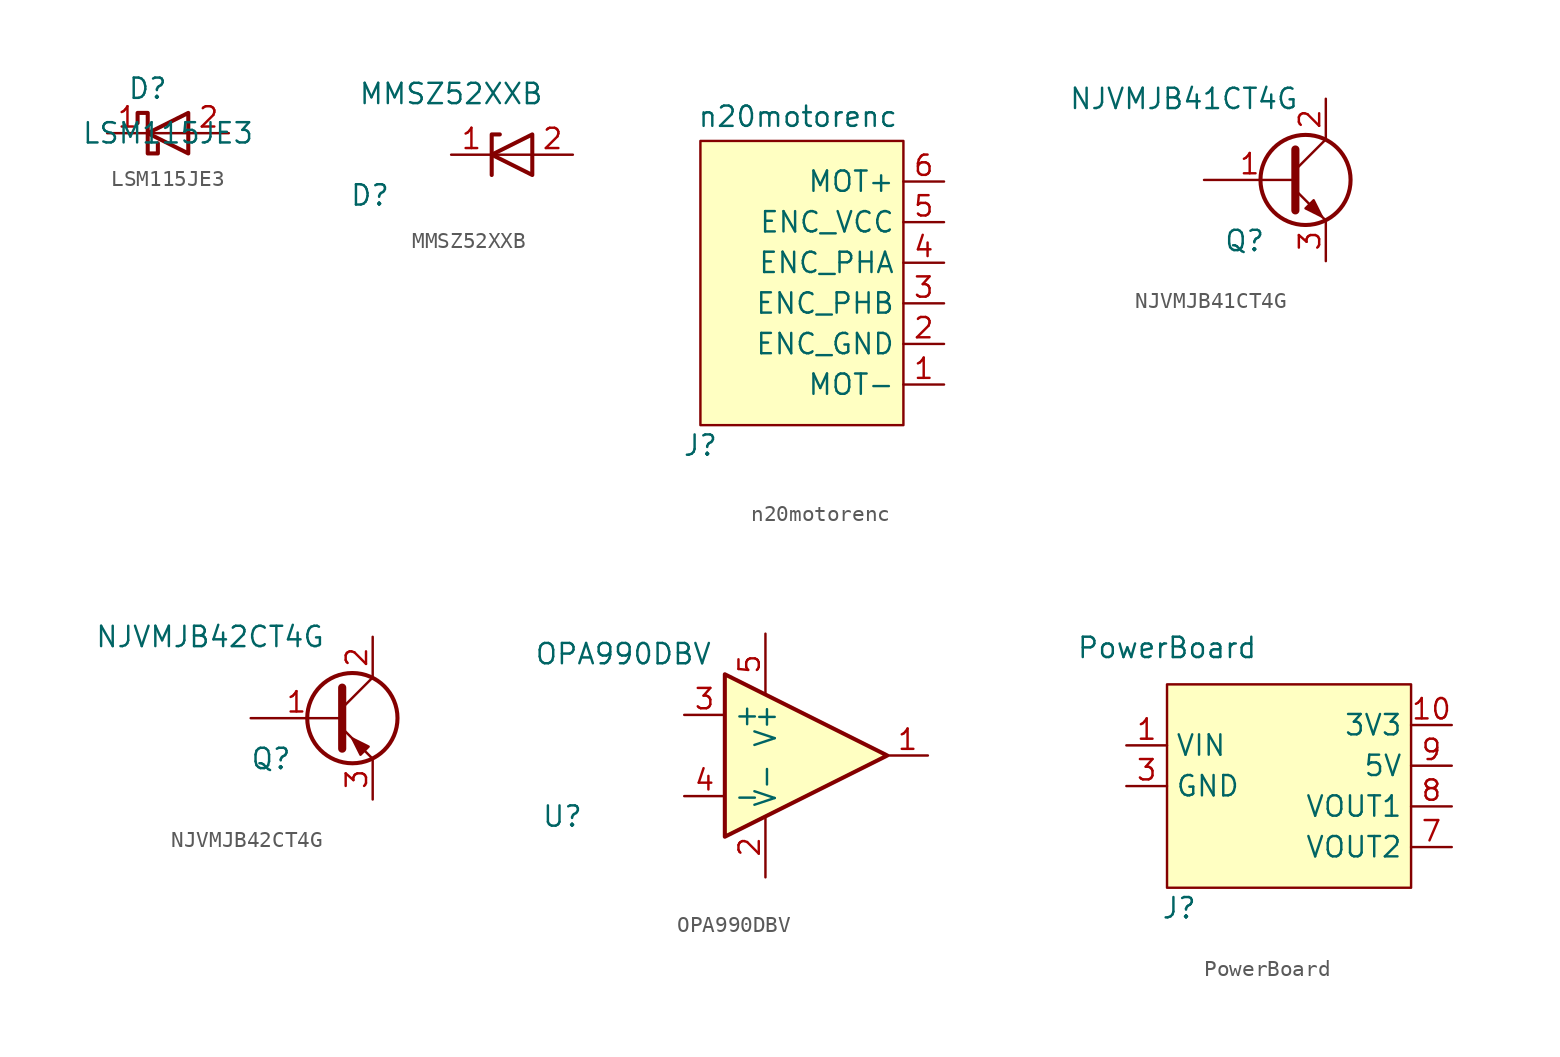
<source format=kicad_sym>
(kicad_symbol_lib
  (version 20241209)
  (generator "kicad_symbol_editor")
  (generator_version "9.0")
  (symbol "LSM115JE3"
    (pin_names
      (hide yes))
    (property "Reference" "D"
      (at -1.27 2.794 0)
      (effects (font (size 1.27 1.27))))
    (property "Value" "LSM115JE3"
      (at 0 0 0)
      (effects (font (size 1.27 1.27))))
    (symbol "LSM115JE3_0_1"
      (polyline (pts (xy -1.905 0.635) (xy -1.905 1.27) (xy -1.27 1.27) (xy -1.27 -1.27) (xy -0.635 -1.27) (xy -0.635 -0.635)) (stroke (width 0.254) (type default)) (fill (type none)))
      (polyline (pts (xy 1.27 1.27) (xy 1.27 -1.27) (xy -1.27 0) (xy 1.27 1.27)) (stroke (width 0.254) (type default)) (fill (type none)))
      (polyline (pts (xy 1.27 0) (xy -1.27 0)) (stroke (width 0) (type default)) (fill (type none))))
    (symbol "LSM115JE3_1_1"
      (pin passive line (at -3.81 0 0) (length 2.54) (name "K" (effects (font (size 1.27 1.27)))) (number "1" (effects (font (size 1.27 1.27)))))
      (pin passive line (at 3.81 0 180) (length 2.54) (name "A" (effects (font (size 1.27 1.27)))) (number "2" (effects (font (size 1.27 1.27)))))))
  (symbol "MMSZ52XXB"
    (pin_names
      (hide yes))
    (property "Reference" "D"
      (at -7.62 -2.54 0)
      (effects (font (size 1.27 1.27))))
    (property "Value" "MMSZ52XXB"
      (at -2.54 3.81 0)
      (effects (font (size 1.27 1.27))))
    (symbol "MMSZ52XXB_0_1"
      (polyline (pts (xy 0 -1.27) (xy 0 1.27) (xy 0.508 1.27)) (stroke (width 0.254) (type default)) (fill (type none)))
      (polyline (pts (xy 2.54 0) (xy 0 0)) (stroke (width 0) (type default)) (fill (type none)))
      (polyline (pts (xy 2.54 -1.27) (xy 2.54 1.27) (xy 0 0) (xy 2.54 -1.27)) (stroke (width 0.254) (type default)) (fill (type none))))
    (symbol "MMSZ52XXB_1_1"
      (pin passive line (at -2.54 0 0) (length 2.54) (name "K" (effects (font (size 1.27 1.27)))) (number "1" (effects (font (size 1.27 1.27)))))
      (pin passive line (at 5.08 0 180) (length 2.54) (name "A" (effects (font (size 1.27 1.27)))) (number "2" (effects (font (size 1.27 1.27)))))))
  (symbol "n20motorenc"
    (property "Reference" "J"
      (at -12.7 -8.89 0)
      (effects (font (size 1.27 1.27))))
    (property "Value" "n20motorenc"
      (at -6.604 11.684 0)
      (effects (font (size 1.27 1.27))))
    (symbol "n20motorenc_1_1"
      (rectangle (start -12.7 10.16) (end 0 -7.62) (stroke (width 0) (type default)) (fill (type background)))
      (pin input line (at 2.54 7.62 180) (length 2.54) (name "MOT+" (effects (font (size 1.27 1.27)))) (number "6" (effects (font (size 1.27 1.27)))))
      (pin power_in line (at 2.54 5.08 180) (length 2.54) (name "ENC_VCC" (effects (font (size 1.27 1.27)))) (number "5" (effects (font (size 1.27 1.27)))))
      (pin output line (at 2.54 2.54 180) (length 2.54) (name "ENC_PHA" (effects (font (size 1.27 1.27)))) (number "4" (effects (font (size 1.27 1.27)))))
      (pin output line (at 2.54 0 180) (length 2.54) (name "ENC_PHB" (effects (font (size 1.27 1.27)))) (number "3" (effects (font (size 1.27 1.27)))))
      (pin power_in line (at 2.54 -2.54 180) (length 2.54) (name "ENC_GND" (effects (font (size 1.27 1.27)))) (number "2" (effects (font (size 1.27 1.27)))))
      (pin input line (at 2.54 -5.08 180) (length 2.54) (name "MOT-" (effects (font (size 1.27 1.27)))) (number "1" (effects (font (size 1.27 1.27)))))))
  (symbol "NJVMJB41CT4G"
    (pin_names
      (offset 0.002)
      (hide yes))
    (property "Reference" "Q"
      (at -5.08 -3.81 0)
      (effects (font (size 1.27 1.27))))
    (property "Value" "NJVMJB41CT4G"
      (at -8.89 5.08 0)
      (effects (font (size 1.27 1.27))))
    (symbol "NJVMJB41CT4G_0_1"
      (polyline (pts (xy -1.905 1.905) (xy -1.905 -1.905) (xy -1.905 -1.905)) (stroke (width 0.508) (type default)) (fill (type none)))
      (polyline (pts (xy -1.905 0.635) (xy 0 2.54)) (stroke (width 0) (type default)) (fill (type none)))
      (polyline (pts (xy -1.905 -0.635) (xy 0 -2.54) (xy 0 -2.54)) (stroke (width 0) (type default)) (fill (type none)))
      (circle (center -1.27 0) (radius 2.819) (stroke (width 0.254) (type default)) (fill (type none)))
      (polyline (pts (xy -1.27 -1.778) (xy -0.762 -1.27) (xy -0.254 -2.286) (xy -1.27 -1.778) (xy -1.27 -1.778)) (stroke (width 0) (type default)) (fill (type outline))))
    (symbol "NJVMJB41CT4G_1_1"
      (pin input line (at -7.62 0 0) (length 5.715) (name "B" (effects (font (size 1.27 1.27)))) (number "1" (effects (font (size 1.27 1.27)))))
      (pin passive line (at 0 5.08 270) (length 2.54) (name "C" (effects (font (size 1.27 1.27)))) (number "2" (effects (font (size 1.27 1.27)))))
      (pin passive line (at 0 -5.08 90) (length 2.54) (name "E" (effects (font (size 1.27 1.27)))) (number "3" (effects (font (size 1.27 1.27)))))))
  (symbol "NJVMJB42CT4G"
    (pin_names
      (offset 0.002)
      (hide yes))
    (property "Reference" "Q"
      (at -5.08 -2.54 0)
      (effects (font (size 1.27 1.27))))
    (property "Value" "NJVMJB42CT4G"
      (at -8.89 5.08 0)
      (effects (font (size 1.27 1.27))))
    (symbol "NJVMJB42CT4G_0_1"
      (polyline (pts (xy -0.635 1.905) (xy -0.635 -1.905) (xy -0.635 -1.905)) (stroke (width 0.508) (type default)) (fill (type none)))
      (polyline (pts (xy -0.635 0.635) (xy 1.27 2.54)) (stroke (width 0) (type default)) (fill (type none)))
      (polyline (pts (xy -0.635 -0.635) (xy 1.27 -2.54) (xy 1.27 -2.54)) (stroke (width 0) (type default)) (fill (type none)))
      (circle (center 0 0) (radius 2.819) (stroke (width 0.254) (type default)) (fill (type none)))
      (polyline (pts (xy 1.016 -1.778) (xy 0.508 -2.286) (xy 0 -1.27) (xy 1.016 -1.778) (xy 1.016 -1.778)) (stroke (width 0) (type default)) (fill (type outline))))
    (symbol "NJVMJB42CT4G_1_1"
      (pin input line (at -6.35 0 0) (length 5.715) (name "B" (effects (font (size 1.27 1.27)))) (number "1" (effects (font (size 1.27 1.27)))))
      (pin passive line (at 1.27 5.08 270) (length 2.54) (name "C" (effects (font (size 1.27 1.27)))) (number "2" (effects (font (size 1.27 1.27)))))
      (pin passive line (at 1.27 -5.08 90) (length 2.54) (name "E" (effects (font (size 1.27 1.27)))) (number "3" (effects (font (size 1.27 1.27)))))))
  (symbol "OPA990DBV"
    (property "Reference" "U"
      (at -12.7 -3.81 0)
      (effects (font (size 1.27 1.27))))
    (property "Value" "OPA990DBV"
      (at -8.89 6.35 0)
      (effects (font (size 1.27 1.27))))
    (symbol "OPA990DBV_0_1"
      (polyline (pts (xy -2.54 5.08) (xy -2.54 -5.08) (xy 7.62 0) (xy -2.54 5.08)) (stroke (width 0.254) (type default)) (fill (type background))))
    (symbol "OPA990DBV_1_1"
      (pin input line (at -5.08 2.54 0) (length 2.54) (name "+" (effects (font (size 1.27 1.27)))) (number "3" (effects (font (size 1.27 1.27)))))
      (pin input line (at -5.08 -2.54 0) (length 2.54) (name "-" (effects (font (size 1.27 1.27)))) (number "4" (effects (font (size 1.27 1.27)))))
      (pin power_in line (at 0 7.62 270) (length 3.81) (name "V+" (effects (font (size 1.27 1.27)))) (number "5" (effects (font (size 1.27 1.27)))))
      (pin power_in line (at 0 -7.62 90) (length 3.81) (name "V-" (effects (font (size 1.27 1.27)))) (number "2" (effects (font (size 1.27 1.27)))))
      (pin output line (at 10.16 0 180) (length 2.54) (name "~" (effects (font (size 1.27 1.27)))) (number "1" (effects (font (size 1.27 1.27)))))))
  (symbol "PowerBoard"
    (property "Reference" "J"
      (at -6.858 -8.89 0)
      (effects (font (size 1.27 1.27))))
    (property "Value" "PowerBoard"
      (at -7.62 7.366 0)
      (effects (font (size 1.27 1.27))))
    (symbol "PowerBoard_1_1"
      (rectangle (start -7.62 5.08) (end 7.62 -7.62) (stroke (width 0) (type default)) (fill (type background)))
      (pin power_in line (at -10.16 1.27 0) (length 2.54) (name "VIN" (effects (font (size 1.27 1.27)))) (number "1" (effects (font (size 1.27 1.27)))))
      (pin passive line (at -10.16 1.27 0) (length 2.54) (hide yes) (name "VIN" (effects (font (size 1.27 1.27)))) (number "2" (effects (font (size 1.27 1.27)))))
      (pin power_in line (at -10.16 -1.27 0) (length 2.54) (name "GND" (effects (font (size 1.27 1.27)))) (number "3" (effects (font (size 1.27 1.27)))))
      (pin passive line (at -10.16 -1.27 0) (length 2.54) (hide yes) (name "GND" (effects (font (size 1.27 1.27)))) (number "4" (effects (font (size 1.27 1.27)))))
      (pin passive line (at -10.16 -1.27 0) (length 2.54) (hide yes) (name "GND" (effects (font (size 1.27 1.27)))) (number "5" (effects (font (size 1.27 1.27)))))
      (pin passive line (at -10.16 -1.27 0) (length 2.54) (hide yes) (name "GND" (effects (font (size 1.27 1.27)))) (number "6" (effects (font (size 1.27 1.27)))))
      (pin power_in line (at 10.16 2.54 180) (length 2.54) (name "3V3" (effects (font (size 1.27 1.27)))) (number "10" (effects (font (size 1.27 1.27)))))
      (pin power_in line (at 10.16 0 180) (length 2.54) (name "5V" (effects (font (size 1.27 1.27)))) (number "9" (effects (font (size 1.27 1.27)))))
      (pin power_in line (at 10.16 -2.54 180) (length 2.54) (name "VOUT1" (effects (font (size 1.27 1.27)))) (number "8" (effects (font (size 1.27 1.27)))))
      (pin power_in line (at 10.16 -5.08 180) (length 2.54) (name "VOUT2" (effects (font (size 1.27 1.27)))) (number "7" (effects (font (size 1.27 1.27))))))))
</source>
